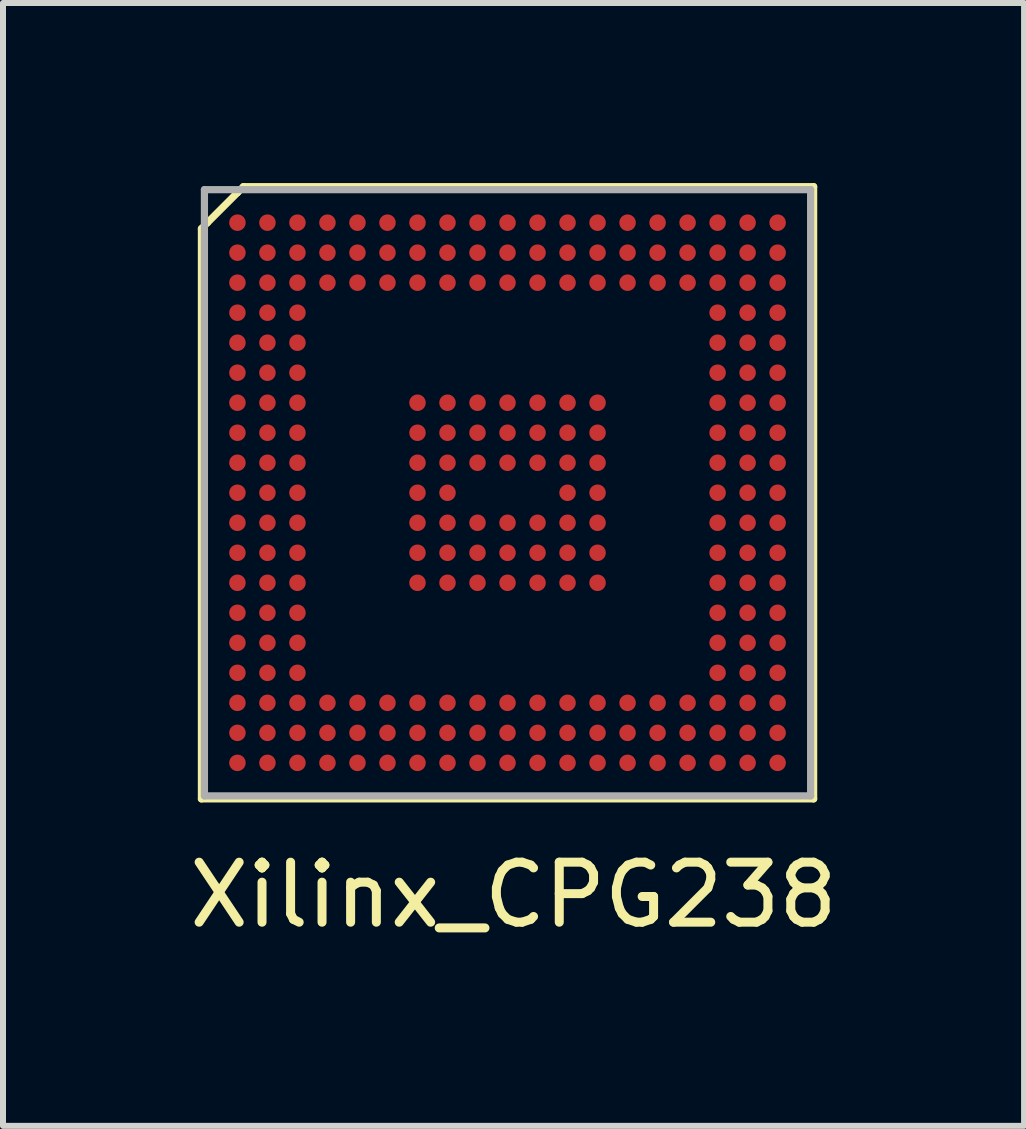
<source format=kicad_pcb>
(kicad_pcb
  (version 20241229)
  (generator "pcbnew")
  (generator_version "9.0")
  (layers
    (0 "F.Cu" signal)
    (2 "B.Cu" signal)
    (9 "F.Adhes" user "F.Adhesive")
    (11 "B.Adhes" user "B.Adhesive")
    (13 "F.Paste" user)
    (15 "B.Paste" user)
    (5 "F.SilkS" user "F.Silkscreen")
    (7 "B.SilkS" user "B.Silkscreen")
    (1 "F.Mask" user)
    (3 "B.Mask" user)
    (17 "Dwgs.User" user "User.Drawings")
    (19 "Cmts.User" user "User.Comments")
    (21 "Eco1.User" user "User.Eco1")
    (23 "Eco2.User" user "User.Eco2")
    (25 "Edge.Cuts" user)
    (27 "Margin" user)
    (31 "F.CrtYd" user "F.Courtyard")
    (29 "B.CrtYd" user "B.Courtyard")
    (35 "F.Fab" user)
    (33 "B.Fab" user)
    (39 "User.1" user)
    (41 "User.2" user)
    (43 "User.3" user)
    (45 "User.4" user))
  (footprint "Xilinx_CPG238"
    (layer "F.Cu")
    (at 5.406 5.16)
    (property "Reference" "Xilinx_CPG238" (at 0.1 6.7 0) (layer "F.SilkS") (effects (font (size 1 1) (thickness 0.15))))
    (attr smd)
    (fp_line (start -5.1 -4.4) (end -5 -4.5) (stroke (width 0.12) (type solid)) (layer "F.SilkS"))
    (fp_line (start -5.1 5.1) (end -5.1 -4.4) (stroke (width 0.12) (type solid)) (layer "F.SilkS"))
    (fp_line (start -5 -4.5) (end -4.5 -5) (stroke (width 0.12) (type solid)) (layer "F.SilkS"))
    (fp_line (start -4.5 -5) (end -4.4 -5.1) (stroke (width 0.12) (type solid)) (layer "F.SilkS"))
    (fp_line (start -4.4 -5.1) (end 5.1 -5.1) (stroke (width 0.12) (type solid)) (layer "F.SilkS"))
    (fp_line (start 5.1 -5.1) (end 5.1 5.1) (stroke (width 0.12) (type solid)) (layer "F.SilkS"))
    (fp_line (start 5.1 5.1) (end -5.1 5.1) (stroke (width 0.12) (type solid)) (layer "F.SilkS"))
    (fp_line (start -5.05 -5.05) (end 5.05 -5.05) (stroke (width 0.12) (type solid)) (layer "F.Fab"))
    (fp_line (start -5.05 5.05) (end -5.05 -5.05) (stroke (width 0.12) (type solid)) (layer "F.Fab"))
    (fp_line (start 5.05 -5.05) (end 5.05 5.05) (stroke (width 0.12) (type solid)) (layer "F.Fab"))
    (fp_line (start 5.05 5.05) (end -5.05 5.05) (stroke (width 0.12) (type solid)) (layer "F.Fab"))
    (pad "A1" smd circle (at -4.5 -4.5 180) (size 0.275 0.275) (layers "F.Cu" "F.Mask" "F.Paste"))
    (pad "A2" smd circle (at -4 -4.5 180) (size 0.275 0.275) (layers "F.Cu" "F.Mask" "F.Paste"))
    (pad "A3" smd circle (at -3.5 -4.5 180) (size 0.275 0.275) (layers "F.Cu" "F.Mask" "F.Paste"))
    (pad "A4" smd circle (at -3 -4.5 180) (size 0.275 0.275) (layers "F.Cu" "F.Mask" "F.Paste"))
    (pad "A5" smd circle (at -2.5 -4.5 180) (size 0.275 0.275) (layers "F.Cu" "F.Mask" "F.Paste"))
    (pad "A6" smd circle (at -2 -4.5 180) (size 0.275 0.275) (layers "F.Cu" "F.Mask" "F.Paste"))
    (pad "A7" smd circle (at -1.5 -4.5 180) (size 0.275 0.275) (layers "F.Cu" "F.Mask" "F.Paste"))
    (pad "A8" smd circle (at -1 -4.5 180) (size 0.275 0.275) (layers "F.Cu" "F.Mask" "F.Paste"))
    (pad "A9" smd circle (at -0.5 -4.5 180) (size 0.275 0.275) (layers "F.Cu" "F.Mask" "F.Paste"))
    (pad "A10" smd circle (at 0 -4.5 180) (size 0.275 0.275) (layers "F.Cu" "F.Mask" "F.Paste"))
    (pad "A11" smd circle (at 0.5 -4.5 180) (size 0.275 0.275) (layers "F.Cu" "F.Mask" "F.Paste"))
    (pad "A12" smd circle (at 1 -4.5 180) (size 0.275 0.275) (layers "F.Cu" "F.Mask" "F.Paste"))
    (pad "A13" smd circle (at 1.5 -4.5 180) (size 0.275 0.275) (layers "F.Cu" "F.Mask" "F.Paste"))
    (pad "A14" smd circle (at 2 -4.5 180) (size 0.275 0.275) (layers "F.Cu" "F.Mask" "F.Paste"))
    (pad "A15" smd circle (at 2.5 -4.5 180) (size 0.275 0.275) (layers "F.Cu" "F.Mask" "F.Paste"))
    (pad "A16" smd circle (at 3 -4.5 180) (size 0.275 0.275) (layers "F.Cu" "F.Mask" "F.Paste"))
    (pad "A17" smd circle (at 3.5 -4.5 180) (size 0.275 0.275) (layers "F.Cu" "F.Mask" "F.Paste"))
    (pad "A18" smd circle (at 4 -4.5 180) (size 0.275 0.275) (layers "F.Cu" "F.Mask" "F.Paste"))
    (pad "A19" smd circle (at 4.5 -4.5 180) (size 0.275 0.275) (layers "F.Cu" "F.Mask" "F.Paste"))
    (pad "B1" smd circle (at -4.5 -4 180) (size 0.275 0.275) (layers "F.Cu" "F.Mask" "F.Paste"))
    (pad "B2" smd circle (at -4 -4 180) (size 0.275 0.275) (layers "F.Cu" "F.Mask" "F.Paste"))
    (pad "B3" smd circle (at -3.5 -4 180) (size 0.275 0.275) (layers "F.Cu" "F.Mask" "F.Paste"))
    (pad "B4" smd circle (at -3 -4 180) (size 0.275 0.275) (layers "F.Cu" "F.Mask" "F.Paste"))
    (pad "B5" smd circle (at -2.5 -4 180) (size 0.275 0.275) (layers "F.Cu" "F.Mask" "F.Paste"))
    (pad "B6" smd circle (at -2 -4 180) (size 0.275 0.275) (layers "F.Cu" "F.Mask" "F.Paste"))
    (pad "B7" smd circle (at -1.5 -4 180) (size 0.275 0.275) (layers "F.Cu" "F.Mask" "F.Paste"))
    (pad "B8" smd circle (at -1 -4 180) (size 0.275 0.275) (layers "F.Cu" "F.Mask" "F.Paste"))
    (pad "B9" smd circle (at -0.5 -4 180) (size 0.275 0.275) (layers "F.Cu" "F.Mask" "F.Paste"))
    (pad "B10" smd circle (at 0 -4 180) (size 0.275 0.275) (layers "F.Cu" "F.Mask" "F.Paste"))
    (pad "B11" smd circle (at 0.5 -4 180) (size 0.275 0.275) (layers "F.Cu" "F.Mask" "F.Paste"))
    (pad "B12" smd circle (at 1 -4 180) (size 0.275 0.275) (layers "F.Cu" "F.Mask" "F.Paste"))
    (pad "B13" smd circle (at 1.5 -4 180) (size 0.275 0.275) (layers "F.Cu" "F.Mask" "F.Paste"))
    (pad "B14" smd circle (at 2 -4 180) (size 0.275 0.275) (layers "F.Cu" "F.Mask" "F.Paste"))
    (pad "B15" smd circle (at 2.5 -4 180) (size 0.275 0.275) (layers "F.Cu" "F.Mask" "F.Paste"))
    (pad "B16" smd circle (at 3 -4 180) (size 0.275 0.275) (layers "F.Cu" "F.Mask" "F.Paste"))
    (pad "B17" smd circle (at 3.5 -4 180) (size 0.275 0.275) (layers "F.Cu" "F.Mask" "F.Paste"))
    (pad "B18" smd circle (at 4 -4 180) (size 0.275 0.275) (layers "F.Cu" "F.Mask" "F.Paste"))
    (pad "B19" smd circle (at 4.5 -4 180) (size 0.275 0.275) (layers "F.Cu" "F.Mask" "F.Paste"))
    (pad "C1" smd circle (at -4.5 -3.5 180) (size 0.275 0.275) (layers "F.Cu" "F.Mask" "F.Paste"))
    (pad "C2" smd circle (at -4 -3.5 180) (size 0.275 0.275) (layers "F.Cu" "F.Mask" "F.Paste"))
    (pad "C3" smd circle (at -3.5 -3.5 180) (size 0.275 0.275) (layers "F.Cu" "F.Mask" "F.Paste"))
    (pad "C4" smd circle (at -3 -3.5 180) (size 0.275 0.275) (layers "F.Cu" "F.Mask" "F.Paste"))
    (pad "C5" smd circle (at -2.5 -3.5 180) (size 0.275 0.275) (layers "F.Cu" "F.Mask" "F.Paste"))
    (pad "C6" smd circle (at -2 -3.5 180) (size 0.275 0.275) (layers "F.Cu" "F.Mask" "F.Paste"))
    (pad "C7" smd circle (at -1.5 -3.5 180) (size 0.275 0.275) (layers "F.Cu" "F.Mask" "F.Paste"))
    (pad "C8" smd circle (at -1 -3.5 180) (size 0.275 0.275) (layers "F.Cu" "F.Mask" "F.Paste"))
    (pad "C9" smd circle (at -0.5 -3.5 180) (size 0.275 0.275) (layers "F.Cu" "F.Mask" "F.Paste"))
    (pad "C10" smd circle (at 0 -3.5 180) (size 0.275 0.275) (layers "F.Cu" "F.Mask" "F.Paste"))
    (pad "C11" smd circle (at 0.5 -3.5 180) (size 0.275 0.275) (layers "F.Cu" "F.Mask" "F.Paste"))
    (pad "C12" smd circle (at 1 -3.5 180) (size 0.275 0.275) (layers "F.Cu" "F.Mask" "F.Paste"))
    (pad "C13" smd circle (at 1.5 -3.5 180) (size 0.275 0.275) (layers "F.Cu" "F.Mask" "F.Paste"))
    (pad "C14" smd circle (at 2 -3.5 180) (size 0.275 0.275) (layers "F.Cu" "F.Mask" "F.Paste"))
    (pad "C15" smd circle (at 2.5 -3.5 180) (size 0.275 0.275) (layers "F.Cu" "F.Mask" "F.Paste"))
    (pad "C16" smd circle (at 3 -3.5 180) (size 0.275 0.275) (layers "F.Cu" "F.Mask" "F.Paste"))
    (pad "C17" smd circle (at 3.5 -3.5 180) (size 0.275 0.275) (layers "F.Cu" "F.Mask" "F.Paste"))
    (pad "C18" smd circle (at 4 -3.5 180) (size 0.275 0.275) (layers "F.Cu" "F.Mask" "F.Paste"))
    (pad "C19" smd circle (at 4.5 -3.5 180) (size 0.275 0.275) (layers "F.Cu" "F.Mask" "F.Paste"))
    (pad "D1" smd circle (at -4.5 -3 180) (size 0.275 0.275) (layers "F.Cu" "F.Mask" "F.Paste"))
    (pad "D2" smd circle (at -4 -3 180) (size 0.275 0.275) (layers "F.Cu" "F.Mask" "F.Paste"))
    (pad "D3" smd circle (at -3.5 -3 180) (size 0.275 0.275) (layers "F.Cu" "F.Mask" "F.Paste"))
    (pad "D17" smd circle (at 3.5 -3 180) (size 0.275 0.275) (layers "F.Cu" "F.Mask" "F.Paste"))
    (pad "D18" smd circle (at 4 -3 180) (size 0.275 0.275) (layers "F.Cu" "F.Mask" "F.Paste"))
    (pad "D19" smd circle (at 4.5 -3 180) (size 0.275 0.275) (layers "F.Cu" "F.Mask" "F.Paste"))
    (pad "E1" smd circle (at -4.5 -2.5 180) (size 0.275 0.275) (layers "F.Cu" "F.Mask" "F.Paste"))
    (pad "E2" smd circle (at -4 -2.5 180) (size 0.275 0.275) (layers "F.Cu" "F.Mask" "F.Paste"))
    (pad "E3" smd circle (at -3.5 -2.5 180) (size 0.275 0.275) (layers "F.Cu" "F.Mask" "F.Paste"))
    (pad "E17" smd circle (at 3.5 -2.5 180) (size 0.275 0.275) (layers "F.Cu" "F.Mask" "F.Paste"))
    (pad "E18" smd circle (at 4 -2.5 180) (size 0.275 0.275) (layers "F.Cu" "F.Mask" "F.Paste"))
    (pad "E19" smd circle (at 4.5 -2.5 180) (size 0.275 0.275) (layers "F.Cu" "F.Mask" "F.Paste"))
    (pad "F1" smd circle (at -4.5 -2 180) (size 0.275 0.275) (layers "F.Cu" "F.Mask" "F.Paste"))
    (pad "F2" smd circle (at -4 -2 180) (size 0.275 0.275) (layers "F.Cu" "F.Mask" "F.Paste"))
    (pad "F3" smd circle (at -3.5 -2 180) (size 0.275 0.275) (layers "F.Cu" "F.Mask" "F.Paste"))
    (pad "F17" smd circle (at 3.5 -2 180) (size 0.275 0.275) (layers "F.Cu" "F.Mask" "F.Paste"))
    (pad "F18" smd circle (at 4 -2 180) (size 0.275 0.275) (layers "F.Cu" "F.Mask" "F.Paste"))
    (pad "F19" smd circle (at 4.5 -2 180) (size 0.275 0.275) (layers "F.Cu" "F.Mask" "F.Paste"))
    (pad "G1" smd circle (at -4.5 -1.5 180) (size 0.275 0.275) (layers "F.Cu" "F.Mask" "F.Paste"))
    (pad "G2" smd circle (at -4 -1.5 180) (size 0.275 0.275) (layers "F.Cu" "F.Mask" "F.Paste"))
    (pad "G3" smd circle (at -3.5 -1.5 180) (size 0.275 0.275) (layers "F.Cu" "F.Mask" "F.Paste"))
    (pad "G7" smd circle (at -1.5 -1.5 180) (size 0.275 0.275) (layers "F.Cu" "F.Mask" "F.Paste"))
    (pad "G8" smd circle (at -1 -1.5 180) (size 0.275 0.275) (layers "F.Cu" "F.Mask" "F.Paste"))
    (pad "G9" smd circle (at -0.5 -1.5 180) (size 0.275 0.275) (layers "F.Cu" "F.Mask" "F.Paste"))
    (pad "G10" smd circle (at 0 -1.5 180) (size 0.275 0.275) (layers "F.Cu" "F.Mask" "F.Paste"))
    (pad "G11" smd circle (at 0.5 -1.5 180) (size 0.275 0.275) (layers "F.Cu" "F.Mask" "F.Paste"))
    (pad "G12" smd circle (at 1 -1.5 180) (size 0.275 0.275) (layers "F.Cu" "F.Mask" "F.Paste"))
    (pad "G13" smd circle (at 1.5 -1.5 180) (size 0.275 0.275) (layers "F.Cu" "F.Mask" "F.Paste"))
    (pad "G17" smd circle (at 3.5 -1.5 180) (size 0.275 0.275) (layers "F.Cu" "F.Mask" "F.Paste"))
    (pad "G18" smd circle (at 4 -1.5 180) (size 0.275 0.275) (layers "F.Cu" "F.Mask" "F.Paste"))
    (pad "G19" smd circle (at 4.5 -1.5 180) (size 0.275 0.275) (layers "F.Cu" "F.Mask" "F.Paste"))
    (pad "H1" smd circle (at -4.5 -1 180) (size 0.275 0.275) (layers "F.Cu" "F.Mask" "F.Paste"))
    (pad "H2" smd circle (at -4 -1 180) (size 0.275 0.275) (layers "F.Cu" "F.Mask" "F.Paste"))
    (pad "H3" smd circle (at -3.5 -1 180) (size 0.275 0.275) (layers "F.Cu" "F.Mask" "F.Paste"))
    (pad "H7" smd circle (at -1.5 -1 180) (size 0.275 0.275) (layers "F.Cu" "F.Mask" "F.Paste"))
    (pad "H8" smd circle (at -1 -1 180) (size 0.275 0.275) (layers "F.Cu" "F.Mask" "F.Paste"))
    (pad "H9" smd circle (at -0.5 -1 180) (size 0.275 0.275) (layers "F.Cu" "F.Mask" "F.Paste"))
    (pad "H10" smd circle (at 0 -1 180) (size 0.275 0.275) (layers "F.Cu" "F.Mask" "F.Paste"))
    (pad "H11" smd circle (at 0.5 -1 180) (size 0.275 0.275) (layers "F.Cu" "F.Mask" "F.Paste"))
    (pad "H12" smd circle (at 1 -1 180) (size 0.275 0.275) (layers "F.Cu" "F.Mask" "F.Paste"))
    (pad "H13" smd circle (at 1.5 -1 180) (size 0.275 0.275) (layers "F.Cu" "F.Mask" "F.Paste"))
    (pad "H17" smd circle (at 3.5 -1 180) (size 0.275 0.275) (layers "F.Cu" "F.Mask" "F.Paste"))
    (pad "H18" smd circle (at 4 -1 180) (size 0.275 0.275) (layers "F.Cu" "F.Mask" "F.Paste"))
    (pad "H19" smd circle (at 4.5 -1 180) (size 0.275 0.275) (layers "F.Cu" "F.Mask" "F.Paste"))
    (pad "J1" smd circle (at -4.5 -0.5 180) (size 0.275 0.275) (layers "F.Cu" "F.Mask" "F.Paste"))
    (pad "J2" smd circle (at -4 -0.5 180) (size 0.275 0.275) (layers "F.Cu" "F.Mask" "F.Paste"))
    (pad "J3" smd circle (at -3.5 -0.5 180) (size 0.275 0.275) (layers "F.Cu" "F.Mask" "F.Paste"))
    (pad "J7" smd circle (at -1.5 -0.5 180) (size 0.275 0.275) (layers "F.Cu" "F.Mask" "F.Paste"))
    (pad "J8" smd circle (at -1 -0.5 180) (size 0.275 0.275) (layers "F.Cu" "F.Mask" "F.Paste"))
    (pad "J9" smd circle (at -0.5 -0.5 180) (size 0.275 0.275) (layers "F.Cu" "F.Mask" "F.Paste"))
    (pad "J10" smd circle (at 0 -0.5 180) (size 0.275 0.275) (layers "F.Cu" "F.Mask" "F.Paste"))
    (pad "J11" smd circle (at 0.5 -0.5 180) (size 0.275 0.275) (layers "F.Cu" "F.Mask" "F.Paste"))
    (pad "J12" smd circle (at 1 -0.5 180) (size 0.275 0.275) (layers "F.Cu" "F.Mask" "F.Paste"))
    (pad "J13" smd circle (at 1.5 -0.5 180) (size 0.275 0.275) (layers "F.Cu" "F.Mask" "F.Paste"))
    (pad "J17" smd circle (at 3.5 -0.5 180) (size 0.275 0.275) (layers "F.Cu" "F.Mask" "F.Paste"))
    (pad "J18" smd circle (at 4 -0.5 180) (size 0.275 0.275) (layers "F.Cu" "F.Mask" "F.Paste"))
    (pad "J19" smd circle (at 4.5 -0.5 180) (size 0.275 0.275) (layers "F.Cu" "F.Mask" "F.Paste"))
    (pad "K1" smd circle (at -4.5 0 180) (size 0.275 0.275) (layers "F.Cu" "F.Mask" "F.Paste"))
    (pad "K2" smd circle (at -4 0 180) (size 0.275 0.275) (layers "F.Cu" "F.Mask" "F.Paste"))
    (pad "K3" smd circle (at -3.5 0 180) (size 0.275 0.275) (layers "F.Cu" "F.Mask" "F.Paste"))
    (pad "K7" smd circle (at -1.5 0 180) (size 0.275 0.275) (layers "F.Cu" "F.Mask" "F.Paste"))
    (pad "K8" smd circle (at -1 0 180) (size 0.275 0.275) (layers "F.Cu" "F.Mask" "F.Paste"))
    (pad "K12" smd circle (at 1 0 180) (size 0.275 0.275) (layers "F.Cu" "F.Mask" "F.Paste"))
    (pad "K13" smd circle (at 1.5 0 180) (size 0.275 0.275) (layers "F.Cu" "F.Mask" "F.Paste"))
    (pad "K17" smd circle (at 3.5 0 180) (size 0.275 0.275) (layers "F.Cu" "F.Mask" "F.Paste"))
    (pad "K18" smd circle (at 4 0 180) (size 0.275 0.275) (layers "F.Cu" "F.Mask" "F.Paste"))
    (pad "K19" smd circle (at 4.5 0 180) (size 0.275 0.275) (layers "F.Cu" "F.Mask" "F.Paste"))
    (pad "L1" smd circle (at -4.5 0.5 180) (size 0.275 0.275) (layers "F.Cu" "F.Mask" "F.Paste"))
    (pad "L2" smd circle (at -4 0.5 180) (size 0.275 0.275) (layers "F.Cu" "F.Mask" "F.Paste"))
    (pad "L3" smd circle (at -3.5 0.5 180) (size 0.275 0.275) (layers "F.Cu" "F.Mask" "F.Paste"))
    (pad "L7" smd circle (at -1.5 0.5 180) (size 0.275 0.275) (layers "F.Cu" "F.Mask" "F.Paste"))
    (pad "L8" smd circle (at -1 0.5 180) (size 0.275 0.275) (layers "F.Cu" "F.Mask" "F.Paste"))
    (pad "L9" smd circle (at -0.5 0.5 180) (size 0.275 0.275) (layers "F.Cu" "F.Mask" "F.Paste"))
    (pad "L10" smd circle (at 0 0.5 180) (size 0.275 0.275) (layers "F.Cu" "F.Mask" "F.Paste"))
    (pad "L11" smd circle (at 0.5 0.5 180) (size 0.275 0.275) (layers "F.Cu" "F.Mask" "F.Paste"))
    (pad "L12" smd circle (at 1 0.5 180) (size 0.275 0.275) (layers "F.Cu" "F.Mask" "F.Paste"))
    (pad "L13" smd circle (at 1.5 0.5 180) (size 0.275 0.275) (layers "F.Cu" "F.Mask" "F.Paste"))
    (pad "L17" smd circle (at 3.5 0.5 180) (size 0.275 0.275) (layers "F.Cu" "F.Mask" "F.Paste"))
    (pad "L18" smd circle (at 4 0.5 180) (size 0.275 0.275) (layers "F.Cu" "F.Mask" "F.Paste"))
    (pad "L19" smd circle (at 4.5 0.5 180) (size 0.275 0.275) (layers "F.Cu" "F.Mask" "F.Paste"))
    (pad "M1" smd circle (at -4.5 1 180) (size 0.275 0.275) (layers "F.Cu" "F.Mask" "F.Paste"))
    (pad "M2" smd circle (at -4 1 180) (size 0.275 0.275) (layers "F.Cu" "F.Mask" "F.Paste"))
    (pad "M3" smd circle (at -3.5 1 180) (size 0.275 0.275) (layers "F.Cu" "F.Mask" "F.Paste"))
    (pad "M7" smd circle (at -1.5 1 180) (size 0.275 0.275) (layers "F.Cu" "F.Mask" "F.Paste"))
    (pad "M8" smd circle (at -1 1 180) (size 0.275 0.275) (layers "F.Cu" "F.Mask" "F.Paste"))
    (pad "M9" smd circle (at -0.5 1 180) (size 0.275 0.275) (layers "F.Cu" "F.Mask" "F.Paste"))
    (pad "M10" smd circle (at 0 1 180) (size 0.275 0.275) (layers "F.Cu" "F.Mask" "F.Paste"))
    (pad "M11" smd circle (at 0.5 1 180) (size 0.275 0.275) (layers "F.Cu" "F.Mask" "F.Paste"))
    (pad "M12" smd circle (at 1 1 180) (size 0.275 0.275) (layers "F.Cu" "F.Mask" "F.Paste"))
    (pad "M13" smd circle (at 1.5 1 180) (size 0.275 0.275) (layers "F.Cu" "F.Mask" "F.Paste"))
    (pad "M17" smd circle (at 3.5 1 180) (size 0.275 0.275) (layers "F.Cu" "F.Mask" "F.Paste"))
    (pad "M18" smd circle (at 4 1 180) (size 0.275 0.275) (layers "F.Cu" "F.Mask" "F.Paste"))
    (pad "M19" smd circle (at 4.5 1 180) (size 0.275 0.275) (layers "F.Cu" "F.Mask" "F.Paste"))
    (pad "N1" smd circle (at -4.5 1.5 180) (size 0.275 0.275) (layers "F.Cu" "F.Mask" "F.Paste"))
    (pad "N2" smd circle (at -4 1.5 180) (size 0.275 0.275) (layers "F.Cu" "F.Mask" "F.Paste"))
    (pad "N3" smd circle (at -3.5 1.5 180) (size 0.275 0.275) (layers "F.Cu" "F.Mask" "F.Paste"))
    (pad "N7" smd circle (at -1.5 1.5 180) (size 0.275 0.275) (layers "F.Cu" "F.Mask" "F.Paste"))
    (pad "N8" smd circle (at -1 1.5 180) (size 0.275 0.275) (layers "F.Cu" "F.Mask" "F.Paste"))
    (pad "N9" smd circle (at -0.5 1.5 180) (size 0.275 0.275) (layers "F.Cu" "F.Mask" "F.Paste"))
    (pad "N10" smd circle (at 0 1.5 180) (size 0.275 0.275) (layers "F.Cu" "F.Mask" "F.Paste"))
    (pad "N11" smd circle (at 0.5 1.5 180) (size 0.275 0.275) (layers "F.Cu" "F.Mask" "F.Paste"))
    (pad "N12" smd circle (at 1 1.5 180) (size 0.275 0.275) (layers "F.Cu" "F.Mask" "F.Paste"))
    (pad "N13" smd circle (at 1.5 1.5 180) (size 0.275 0.275) (layers "F.Cu" "F.Mask" "F.Paste"))
    (pad "N17" smd circle (at 3.5 1.5 180) (size 0.275 0.275) (layers "F.Cu" "F.Mask" "F.Paste"))
    (pad "N18" smd circle (at 4 1.5 180) (size 0.275 0.275) (layers "F.Cu" "F.Mask" "F.Paste"))
    (pad "N19" smd circle (at 4.5 1.5 180) (size 0.275 0.275) (layers "F.Cu" "F.Mask" "F.Paste"))
    (pad "P1" smd circle (at -4.5 2 180) (size 0.275 0.275) (layers "F.Cu" "F.Mask" "F.Paste"))
    (pad "P2" smd circle (at -4 2 180) (size 0.275 0.275) (layers "F.Cu" "F.Mask" "F.Paste"))
    (pad "P3" smd circle (at -3.5 2 180) (size 0.275 0.275) (layers "F.Cu" "F.Mask" "F.Paste"))
    (pad "P17" smd circle (at 3.5 2 180) (size 0.275 0.275) (layers "F.Cu" "F.Mask" "F.Paste"))
    (pad "P18" smd circle (at 4 2 180) (size 0.275 0.275) (layers "F.Cu" "F.Mask" "F.Paste"))
    (pad "P19" smd circle (at 4.5 2 180) (size 0.275 0.275) (layers "F.Cu" "F.Mask" "F.Paste"))
    (pad "R1" smd circle (at -4.5 2.5 180) (size 0.275 0.275) (layers "F.Cu" "F.Mask" "F.Paste"))
    (pad "R2" smd circle (at -4 2.5 180) (size 0.275 0.275) (layers "F.Cu" "F.Mask" "F.Paste"))
    (pad "R3" smd circle (at -3.5 2.5 180) (size 0.275 0.275) (layers "F.Cu" "F.Mask" "F.Paste"))
    (pad "R17" smd circle (at 3.5 2.5 180) (size 0.275 0.275) (layers "F.Cu" "F.Mask" "F.Paste"))
    (pad "R18" smd circle (at 4 2.5 180) (size 0.275 0.275) (layers "F.Cu" "F.Mask" "F.Paste"))
    (pad "R19" smd circle (at 4.5 2.5 180) (size 0.275 0.275) (layers "F.Cu" "F.Mask" "F.Paste"))
    (pad "T1" smd circle (at -4.5 3 180) (size 0.275 0.275) (layers "F.Cu" "F.Mask" "F.Paste"))
    (pad "T2" smd circle (at -4 3 180) (size 0.275 0.275) (layers "F.Cu" "F.Mask" "F.Paste"))
    (pad "T3" smd circle (at -3.5 3 180) (size 0.275 0.275) (layers "F.Cu" "F.Mask" "F.Paste"))
    (pad "T17" smd circle (at 3.5 3 180) (size 0.275 0.275) (layers "F.Cu" "F.Mask" "F.Paste"))
    (pad "T18" smd circle (at 4 3 180) (size 0.275 0.275) (layers "F.Cu" "F.Mask" "F.Paste"))
    (pad "T19" smd circle (at 4.5 3 180) (size 0.275 0.275) (layers "F.Cu" "F.Mask" "F.Paste"))
    (pad "U1" smd circle (at -4.5 3.5 180) (size 0.275 0.275) (layers "F.Cu" "F.Mask" "F.Paste"))
    (pad "U2" smd circle (at -4 3.5 180) (size 0.275 0.275) (layers "F.Cu" "F.Mask" "F.Paste"))
    (pad "U3" smd circle (at -3.5 3.5 180) (size 0.275 0.275) (layers "F.Cu" "F.Mask" "F.Paste"))
    (pad "U4" smd circle (at -3 3.5 180) (size 0.275 0.275) (layers "F.Cu" "F.Mask" "F.Paste"))
    (pad "U5" smd circle (at -2.5 3.5 180) (size 0.275 0.275) (layers "F.Cu" "F.Mask" "F.Paste"))
    (pad "U6" smd circle (at -2 3.5 180) (size 0.275 0.275) (layers "F.Cu" "F.Mask" "F.Paste"))
    (pad "U7" smd circle (at -1.5 3.5 180) (size 0.275 0.275) (layers "F.Cu" "F.Mask" "F.Paste"))
    (pad "U8" smd circle (at -1 3.5 180) (size 0.275 0.275) (layers "F.Cu" "F.Mask" "F.Paste"))
    (pad "U9" smd circle (at -0.5 3.5 180) (size 0.275 0.275) (layers "F.Cu" "F.Mask" "F.Paste"))
    (pad "U10" smd circle (at 0 3.5 180) (size 0.275 0.275) (layers "F.Cu" "F.Mask" "F.Paste"))
    (pad "U11" smd circle (at 0.5 3.5 180) (size 0.275 0.275) (layers "F.Cu" "F.Mask" "F.Paste"))
    (pad "U12" smd circle (at 1 3.5 180) (size 0.275 0.275) (layers "F.Cu" "F.Mask" "F.Paste"))
    (pad "U13" smd circle (at 1.5 3.5 180) (size 0.275 0.275) (layers "F.Cu" "F.Mask" "F.Paste"))
    (pad "U14" smd circle (at 2 3.5 180) (size 0.275 0.275) (layers "F.Cu" "F.Mask" "F.Paste"))
    (pad "U15" smd circle (at 2.5 3.5 180) (size 0.275 0.275) (layers "F.Cu" "F.Mask" "F.Paste"))
    (pad "U16" smd circle (at 3 3.5 180) (size 0.275 0.275) (layers "F.Cu" "F.Mask" "F.Paste"))
    (pad "U17" smd circle (at 3.5 3.5 180) (size 0.275 0.275) (layers "F.Cu" "F.Mask" "F.Paste"))
    (pad "U18" smd circle (at 4 3.5 180) (size 0.275 0.275) (layers "F.Cu" "F.Mask" "F.Paste"))
    (pad "U19" smd circle (at 4.5 3.5 180) (size 0.275 0.275) (layers "F.Cu" "F.Mask" "F.Paste"))
    (pad "V1" smd circle (at -4.5 4 180) (size 0.275 0.275) (layers "F.Cu" "F.Mask" "F.Paste"))
    (pad "V2" smd circle (at -4 4 180) (size 0.275 0.275) (layers "F.Cu" "F.Mask" "F.Paste"))
    (pad "V3" smd circle (at -3.5 4 180) (size 0.275 0.275) (layers "F.Cu" "F.Mask" "F.Paste"))
    (pad "V4" smd circle (at -3 4 180) (size 0.275 0.275) (layers "F.Cu" "F.Mask" "F.Paste"))
    (pad "V5" smd circle (at -2.5 4 180) (size 0.275 0.275) (layers "F.Cu" "F.Mask" "F.Paste"))
    (pad "V6" smd circle (at -2 4 180) (size 0.275 0.275) (layers "F.Cu" "F.Mask" "F.Paste"))
    (pad "V7" smd circle (at -1.5 4 180) (size 0.275 0.275) (layers "F.Cu" "F.Mask" "F.Paste"))
    (pad "V8" smd circle (at -1 4 180) (size 0.275 0.275) (layers "F.Cu" "F.Mask" "F.Paste"))
    (pad "V9" smd circle (at -0.5 4 180) (size 0.275 0.275) (layers "F.Cu" "F.Mask" "F.Paste"))
    (pad "V10" smd circle (at 0 4 180) (size 0.275 0.275) (layers "F.Cu" "F.Mask" "F.Paste"))
    (pad "V11" smd circle (at 0.5 4 180) (size 0.275 0.275) (layers "F.Cu" "F.Mask" "F.Paste"))
    (pad "V12" smd circle (at 1 4 180) (size 0.275 0.275) (layers "F.Cu" "F.Mask" "F.Paste"))
    (pad "V13" smd circle (at 1.5 4 180) (size 0.275 0.275) (layers "F.Cu" "F.Mask" "F.Paste"))
    (pad "V14" smd circle (at 2 4 180) (size 0.275 0.275) (layers "F.Cu" "F.Mask" "F.Paste"))
    (pad "V15" smd circle (at 2.5 4 180) (size 0.275 0.275) (layers "F.Cu" "F.Mask" "F.Paste"))
    (pad "V16" smd circle (at 3 4 180) (size 0.275 0.275) (layers "F.Cu" "F.Mask" "F.Paste"))
    (pad "V17" smd circle (at 3.5 4 180) (size 0.275 0.275) (layers "F.Cu" "F.Mask" "F.Paste"))
    (pad "V18" smd circle (at 4 4 180) (size 0.275 0.275) (layers "F.Cu" "F.Mask" "F.Paste"))
    (pad "V19" smd circle (at 4.5 4 180) (size 0.275 0.275) (layers "F.Cu" "F.Mask" "F.Paste"))
    (pad "W1" smd circle (at -4.5 4.5 180) (size 0.275 0.275) (layers "F.Cu" "F.Mask" "F.Paste"))
    (pad "W2" smd circle (at -4 4.5 180) (size 0.275 0.275) (layers "F.Cu" "F.Mask" "F.Paste"))
    (pad "W3" smd circle (at -3.5 4.5 180) (size 0.275 0.275) (layers "F.Cu" "F.Mask" "F.Paste"))
    (pad "W4" smd circle (at -3 4.5 180) (size 0.275 0.275) (layers "F.Cu" "F.Mask" "F.Paste"))
    (pad "W5" smd circle (at -2.5 4.5 180) (size 0.275 0.275) (layers "F.Cu" "F.Mask" "F.Paste"))
    (pad "W6" smd circle (at -2 4.5 180) (size 0.275 0.275) (layers "F.Cu" "F.Mask" "F.Paste"))
    (pad "W7" smd circle (at -1.5 4.5 180) (size 0.275 0.275) (layers "F.Cu" "F.Mask" "F.Paste"))
    (pad "W8" smd circle (at -1 4.5 180) (size 0.275 0.275) (layers "F.Cu" "F.Mask" "F.Paste"))
    (pad "W9" smd circle (at -0.5 4.5 180) (size 0.275 0.275) (layers "F.Cu" "F.Mask" "F.Paste"))
    (pad "W10" smd circle (at 0 4.5 180) (size 0.275 0.275) (layers "F.Cu" "F.Mask" "F.Paste"))
    (pad "W11" smd circle (at 0.5 4.5 180) (size 0.275 0.275) (layers "F.Cu" "F.Mask" "F.Paste"))
    (pad "W12" smd circle (at 1 4.5 180) (size 0.275 0.275) (layers "F.Cu" "F.Mask" "F.Paste"))
    (pad "W13" smd circle (at 1.5 4.5 180) (size 0.275 0.275) (layers "F.Cu" "F.Mask" "F.Paste"))
    (pad "W14" smd circle (at 2 4.5 180) (size 0.275 0.275) (layers "F.Cu" "F.Mask" "F.Paste"))
    (pad "W15" smd circle (at 2.5 4.5 180) (size 0.275 0.275) (layers "F.Cu" "F.Mask" "F.Paste"))
    (pad "W16" smd circle (at 3 4.5 180) (size 0.275 0.275) (layers "F.Cu" "F.Mask" "F.Paste"))
    (pad "W17" smd circle (at 3.5 4.5 180) (size 0.275 0.275) (layers "F.Cu" "F.Mask" "F.Paste"))
    (pad "W18" smd circle (at 4 4.5 180) (size 0.275 0.275) (layers "F.Cu" "F.Mask" "F.Paste"))
    (pad "W19" smd circle (at 4.5 4.5 180) (size 0.275 0.275) (layers "F.Cu" "F.Mask" "F.Paste")))
  (gr_rect
    (start -3 -3)
    (end 14.012 15.708)
    (stroke (width 0.1) (type default))
    (fill no)
    (layer "Edge.Cuts")))
</source>
